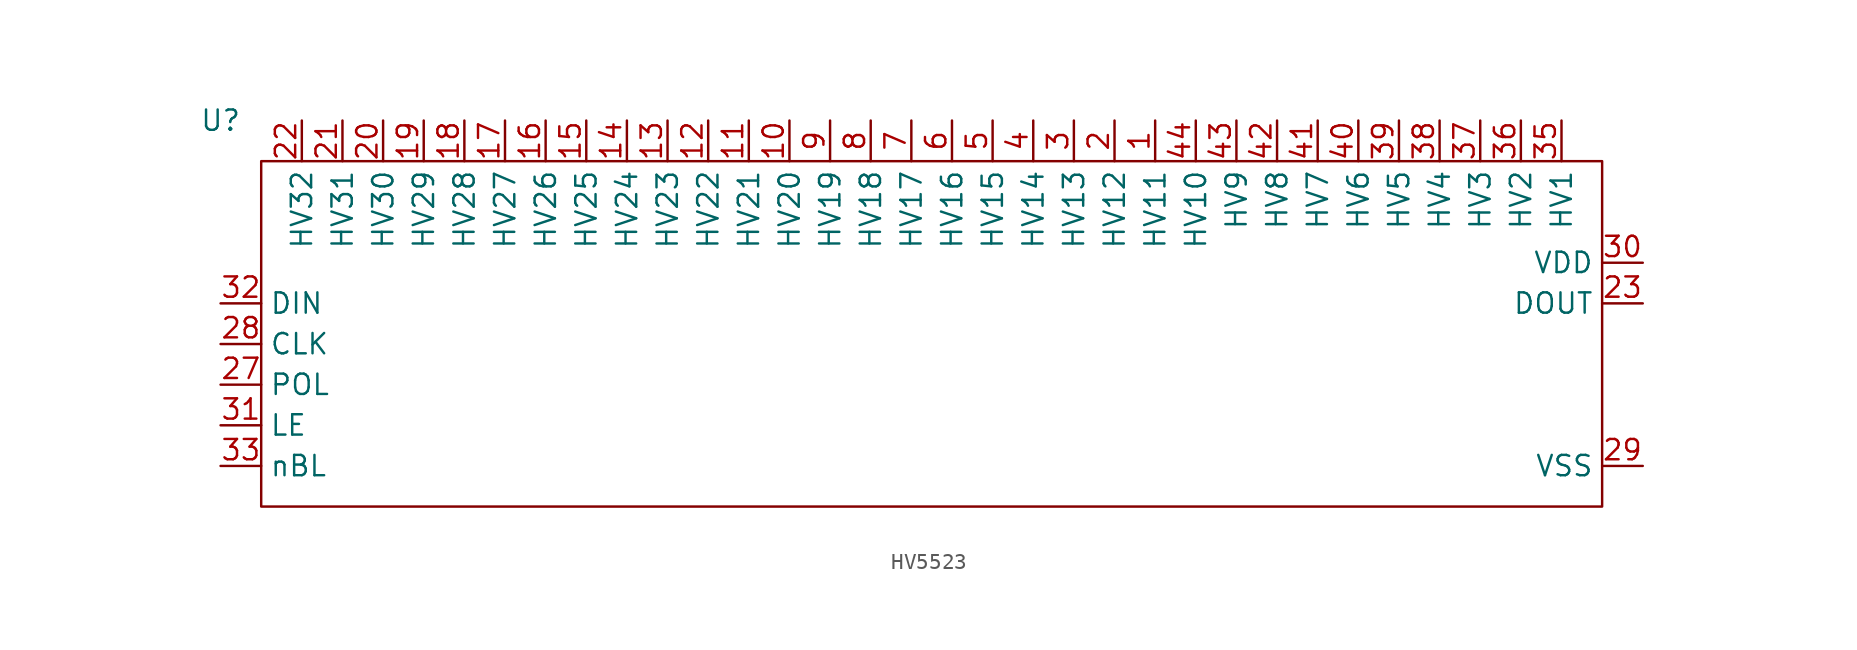
<source format=kicad_sym>
(kicad_symbol_lib
  (version 20220914)
  (generator kicad_symbol_editor)
  (symbol "HV5523"
    (property "Reference" "U"
      (at -41.91 3.81 0)
      (effects (font (size 1.27 1.27))))
    (property "Value" ""
      (at -7.62 -15.24 90)
      (effects (font (size 1.27 1.27))))
    (symbol "HV5523_0_0"
      (pin unspecified line (at 16.51 3.81 270) (length 2.54) (name "HV11" (effects (font (size 1.27 1.27)))) (number "1" (effects (font (size 1.27 1.27)))))
      (pin unspecified line (at -6.35 3.81 270) (length 2.54) (name "HV20" (effects (font (size 1.27 1.27)))) (number "10" (effects (font (size 1.27 1.27)))))
      (pin unspecified line (at -8.89 3.81 270) (length 2.54) (name "HV21" (effects (font (size 1.27 1.27)))) (number "11" (effects (font (size 1.27 1.27)))))
      (pin unspecified line (at -11.43 3.81 270) (length 2.54) (name "HV22" (effects (font (size 1.27 1.27)))) (number "12" (effects (font (size 1.27 1.27)))))
      (pin unspecified line (at -13.97 3.81 270) (length 2.54) (name "HV23" (effects (font (size 1.27 1.27)))) (number "13" (effects (font (size 1.27 1.27)))))
      (pin unspecified line (at -16.51 3.81 270) (length 2.54) (name "HV24" (effects (font (size 1.27 1.27)))) (number "14" (effects (font (size 1.27 1.27)))))
      (pin unspecified line (at -19.05 3.81 270) (length 2.54) (name "HV25" (effects (font (size 1.27 1.27)))) (number "15" (effects (font (size 1.27 1.27)))))
      (pin unspecified line (at -21.59 3.81 270) (length 2.54) (name "HV26" (effects (font (size 1.27 1.27)))) (number "16" (effects (font (size 1.27 1.27)))))
      (pin unspecified line (at -24.13 3.81 270) (length 2.54) (name "HV27" (effects (font (size 1.27 1.27)))) (number "17" (effects (font (size 1.27 1.27)))))
      (pin unspecified line (at -26.67 3.81 270) (length 2.54) (name "HV28" (effects (font (size 1.27 1.27)))) (number "18" (effects (font (size 1.27 1.27)))))
      (pin unspecified line (at -29.21 3.81 270) (length 2.54) (name "HV29" (effects (font (size 1.27 1.27)))) (number "19" (effects (font (size 1.27 1.27)))))
      (pin unspecified line (at 13.97 3.81 270) (length 2.54) (name "HV12" (effects (font (size 1.27 1.27)))) (number "2" (effects (font (size 1.27 1.27)))))
      (pin unspecified line (at -31.75 3.81 270) (length 2.54) (name "HV30" (effects (font (size 1.27 1.27)))) (number "20" (effects (font (size 1.27 1.27)))))
      (pin unspecified line (at -34.29 3.81 270) (length 2.54) (name "HV31" (effects (font (size 1.27 1.27)))) (number "21" (effects (font (size 1.27 1.27)))))
      (pin unspecified line (at -36.83 3.81 270) (length 2.54) (name "HV32" (effects (font (size 1.27 1.27)))) (number "22" (effects (font (size 1.27 1.27)))))
      (pin output line (at 46.99 -7.62 180) (length 2.54) (name "DOUT" (effects (font (size 1.27 1.27)))) (number "23" (effects (font (size 1.27 1.27)))))
      (pin no_connect line (at -7.62 -15.24 90) (length 2.54) hide (name "" (effects (font (size 1.27 1.27)))) (number "24" (effects (font (size 1.27 1.27)))))
      (pin no_connect line (at -7.62 -16.51 90) (length 2.54) hide (name "" (effects (font (size 1.27 1.27)))) (number "25" (effects (font (size 1.27 1.27)))))
      (pin no_connect line (at -7.62 -16.51 90) (length 2.54) hide (name "" (effects (font (size 1.27 1.27)))) (number "26" (effects (font (size 1.27 1.27)))))
      (pin input line (at -41.91 -12.7 0) (length 2.54) (name "POL" (effects (font (size 1.27 1.27)))) (number "27" (effects (font (size 1.27 1.27)))))
      (pin input line (at -41.91 -10.16 0) (length 2.54) (name "CLK" (effects (font (size 1.27 1.27)))) (number "28" (effects (font (size 1.27 1.27)))))
      (pin input line (at 46.99 -17.78 180) (length 2.54) (name "VSS" (effects (font (size 1.27 1.27)))) (number "29" (effects (font (size 1.27 1.27)))))
      (pin unspecified line (at 11.43 3.81 270) (length 2.54) (name "HV13" (effects (font (size 1.27 1.27)))) (number "3" (effects (font (size 1.27 1.27)))))
      (pin input line (at 46.99 -5.08 180) (length 2.54) (name "VDD" (effects (font (size 1.27 1.27)))) (number "30" (effects (font (size 1.27 1.27)))))
      (pin input line (at -41.91 -15.24 0) (length 2.54) (name "LE" (effects (font (size 1.27 1.27)))) (number "31" (effects (font (size 1.27 1.27)))))
      (pin input line (at -41.91 -7.62 0) (length 2.54) (name "DIN" (effects (font (size 1.27 1.27)))) (number "32" (effects (font (size 1.27 1.27)))))
      (pin input line (at -41.91 -17.78 0) (length 2.54) (name "nBL" (effects (font (size 1.27 1.27)))) (number "33" (effects (font (size 1.27 1.27)))))
      (pin no_connect line (at -7.62 -16.51 90) (length 2.54) hide (name "" (effects (font (size 1.27 1.27)))) (number "34" (effects (font (size 1.27 1.27)))))
      (pin unspecified line (at 41.91 3.81 270) (length 2.54) (name "HV1" (effects (font (size 1.27 1.27)))) (number "35" (effects (font (size 1.27 1.27)))))
      (pin unspecified line (at 39.37 3.81 270) (length 2.54) (name "HV2" (effects (font (size 1.27 1.27)))) (number "36" (effects (font (size 1.27 1.27)))))
      (pin unspecified line (at 36.83 3.81 270) (length 2.54) (name "HV3" (effects (font (size 1.27 1.27)))) (number "37" (effects (font (size 1.27 1.27)))))
      (pin unspecified line (at 34.29 3.81 270) (length 2.54) (name "HV4" (effects (font (size 1.27 1.27)))) (number "38" (effects (font (size 1.27 1.27)))))
      (pin unspecified line (at 31.75 3.81 270) (length 2.54) (name "HV5" (effects (font (size 1.27 1.27)))) (number "39" (effects (font (size 1.27 1.27)))))
      (pin unspecified line (at 8.89 3.81 270) (length 2.54) (name "HV14" (effects (font (size 1.27 1.27)))) (number "4" (effects (font (size 1.27 1.27)))))
      (pin unspecified line (at 29.21 3.81 270) (length 2.54) (name "HV6" (effects (font (size 1.27 1.27)))) (number "40" (effects (font (size 1.27 1.27)))))
      (pin unspecified line (at 26.67 3.81 270) (length 2.54) (name "HV7" (effects (font (size 1.27 1.27)))) (number "41" (effects (font (size 1.27 1.27)))))
      (pin unspecified line (at 24.13 3.81 270) (length 2.54) (name "HV8" (effects (font (size 1.27 1.27)))) (number "42" (effects (font (size 1.27 1.27)))))
      (pin unspecified line (at 21.59 3.81 270) (length 2.54) (name "HV9" (effects (font (size 1.27 1.27)))) (number "43" (effects (font (size 1.27 1.27)))))
      (pin unspecified line (at 19.05 3.81 270) (length 2.54) (name "HV10" (effects (font (size 1.27 1.27)))) (number "44" (effects (font (size 1.27 1.27)))))
      (pin unspecified line (at 46.99 -17.78 180) (length 2.54) hide (name "VSS" (effects (font (size 1.27 1.27)))) (number "45" (effects (font (size 1.27 1.27)))))
      (pin unspecified line (at 6.35 3.81 270) (length 2.54) (name "HV15" (effects (font (size 1.27 1.27)))) (number "5" (effects (font (size 1.27 1.27)))))
      (pin unspecified line (at 3.81 3.81 270) (length 2.54) (name "HV16" (effects (font (size 1.27 1.27)))) (number "6" (effects (font (size 1.27 1.27)))))
      (pin unspecified line (at 1.27 3.81 270) (length 2.54) (name "HV17" (effects (font (size 1.27 1.27)))) (number "7" (effects (font (size 1.27 1.27)))))
      (pin unspecified line (at -1.27 3.81 270) (length 2.54) (name "HV18" (effects (font (size 1.27 1.27)))) (number "8" (effects (font (size 1.27 1.27)))))
      (pin unspecified line (at -3.81 3.81 270) (length 2.54) (name "HV19" (effects (font (size 1.27 1.27)))) (number "9" (effects (font (size 1.27 1.27))))))
    (symbol "HV5523_0_1"
      (rectangle (start -39.37 1.27) (end 44.45 -20.32) (stroke (width 0) (type default)) (fill (type none))))))
</source>
